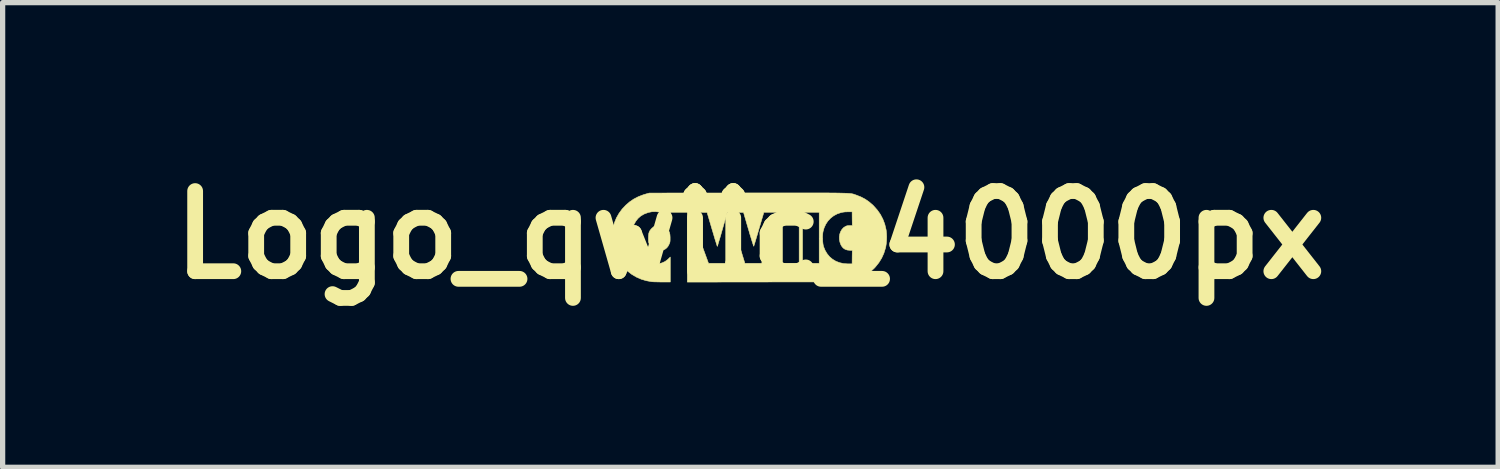
<source format=kicad_pcb>
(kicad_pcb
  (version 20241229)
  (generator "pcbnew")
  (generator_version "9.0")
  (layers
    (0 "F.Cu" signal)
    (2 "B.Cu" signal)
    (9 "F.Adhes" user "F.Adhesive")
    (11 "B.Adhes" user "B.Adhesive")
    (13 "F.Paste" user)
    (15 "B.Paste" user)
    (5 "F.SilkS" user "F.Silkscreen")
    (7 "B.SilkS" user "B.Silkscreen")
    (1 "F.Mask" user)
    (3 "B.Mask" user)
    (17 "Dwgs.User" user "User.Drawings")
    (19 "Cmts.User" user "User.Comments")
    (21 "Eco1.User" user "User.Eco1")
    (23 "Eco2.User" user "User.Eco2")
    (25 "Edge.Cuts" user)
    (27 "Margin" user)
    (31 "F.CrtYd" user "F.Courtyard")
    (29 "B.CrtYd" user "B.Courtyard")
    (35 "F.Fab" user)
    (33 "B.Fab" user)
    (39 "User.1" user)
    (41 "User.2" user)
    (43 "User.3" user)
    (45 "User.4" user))
  (footprint "Logo_qwiic_4000px"
    (layer "F.Cu")
    (at 11.22 1.418)
    (property "Reference" "Logo_qwiic_4000px" (at 0 0 0) (layer "F.SilkS") (effects (font (size 1.524 1.524) (thickness 0.3))))
    (attr through_hole)
    (fp_poly (pts (xy -1.686 -0.18) (xy -1.647 -0.168) (xy -1.613 -0.145) (xy -1.593 -0.127) (xy -1.568 -0.099) (xy -1.55 -0.071) (xy -1.537 -0.04) (xy -1.53 -0.004) (xy -1.527 0.041) (xy -1.527 0.06) (xy -1.527 0.094) (xy -1.528 0.118) (xy -1.531 0.136) (xy -1.535 0.151) (xy -1.542 0.167) (xy -1.545 0.174) (xy -1.566 0.214) (xy -1.59 0.244) (xy -1.618 0.267) (xy -1.64 0.279) (xy -1.685 0.296) (xy -1.731 0.302) (xy -1.775 0.299) (xy -1.785 0.296) (xy -1.829 0.28) (xy -1.865 0.256) (xy -1.895 0.222) (xy -1.92 0.179) (xy -1.923 0.173) (xy -1.93 0.156) (xy -1.935 0.141) (xy -1.938 0.124) (xy -1.939 0.102) (xy -1.94 0.072) (xy -1.94 0.06) (xy -1.938 0.012) (xy -1.933 -0.028) (xy -1.923 -0.06) (xy -1.907 -0.089) (xy -1.884 -0.116) (xy -1.874 -0.127) (xy -1.839 -0.156) (xy -1.802 -0.174) (xy -1.759 -0.183) (xy -1.731 -0.184) (xy -1.686 -0.18)) (stroke (width 0.01) (type solid)) (fill yes) (layer "F.SilkS"))
    (fp_poly (pts (xy 1.122 -0.799) (xy 1.222 -0.799) (xy 1.313 -0.799) (xy 1.396 -0.799) (xy 1.471 -0.799) (xy 1.539 -0.798) (xy 1.599 -0.798) (xy 1.654 -0.797) (xy 1.702 -0.796) (xy 1.744 -0.795) (xy 1.781 -0.794) (xy 1.814 -0.793) (xy 1.842 -0.792) (xy 1.866 -0.79) (xy 1.887 -0.789) (xy 1.905 -0.787) (xy 1.921 -0.785) (xy 1.934 -0.783) (xy 1.946 -0.78) (xy 1.956 -0.778) (xy 1.965 -0.775) (xy 1.975 -0.772) (xy 1.984 -0.768) (xy 1.994 -0.765) (xy 2.005 -0.761) (xy 2.011 -0.759) (xy 2.102 -0.723) (xy 2.184 -0.68) (xy 2.261 -0.626) (xy 2.334 -0.562) (xy 2.343 -0.553) (xy 2.413 -0.474) (xy 2.472 -0.39) (xy 2.519 -0.3) (xy 2.555 -0.205) (xy 2.579 -0.105) (xy 2.582 -0.089) (xy 2.588 -0.03) (xy 2.591 0.035) (xy 2.589 0.102) (xy 2.583 0.168) (xy 2.574 0.227) (xy 2.569 0.247) (xy 2.538 0.347) (xy 2.496 0.44) (xy 2.442 0.527) (xy 2.378 0.607) (xy 2.356 0.631) (xy 2.282 0.7) (xy 2.204 0.758) (xy 2.119 0.806) (xy 2.028 0.844) (xy 1.928 0.874) (xy 1.913 0.878) (xy 1.851 0.892) (xy 0.325 0.894) (xy -1.2 0.896) (xy -1.2 -0.426) (xy -1.148 -0.426) (xy -1.146 -0.42) (xy -1.139 -0.402) (xy -1.129 -0.374) (xy -1.116 -0.337) (xy -1.099 -0.291) (xy -1.08 -0.239) (xy -1.058 -0.179) (xy -1.035 -0.114) (xy -1.009 -0.045) (xy -0.983 0.029) (xy -0.972 0.06) (xy -0.797 0.539) (xy -0.478 0.54) (xy -0.387 0.246) (xy -0.369 0.187) (xy -0.352 0.133) (xy -0.336 0.083) (xy -0.322 0.039) (xy -0.311 0.002) (xy -0.302 -0.026) (xy -0.295 -0.045) (xy -0.292 -0.052) (xy -0.292 -0.052) (xy -0.29 -0.047) (xy -0.284 -0.031) (xy -0.275 -0.006) (xy -0.264 0.029) (xy -0.25 0.071) (xy -0.235 0.12) (xy -0.218 0.174) (xy -0.2 0.232) (xy -0.197 0.241) (xy -0.105 0.54) (xy 0.213 0.54) (xy 0.389 0.059) (xy 0.416 -0.016) (xy 0.442 -0.087) (xy 0.467 -0.154) (xy 0.489 -0.216) (xy 0.509 -0.272) (xy 0.527 -0.32) (xy 0.542 -0.361) (xy 0.553 -0.392) (xy 0.561 -0.414) (xy 0.565 -0.426) (xy 0.565 -0.427) (xy 0.559 -0.428) (xy 0.542 -0.43) (xy 0.516 -0.431) (xy 0.482 -0.431) (xy 0.442 -0.432) (xy 0.411 -0.432) (xy 0.61 -0.432) (xy 0.61 0.54) (xy 0.927 0.54) (xy 0.927 -0.432) (xy 0.991 -0.432) (xy 0.991 0.54) (xy 1.308 0.54) (xy 1.308 0.025) (xy 1.372 0.025) (xy 1.372 0.075) (xy 1.375 0.124) (xy 1.38 0.17) (xy 1.387 0.208) (xy 1.39 0.219) (xy 1.42 0.293) (xy 1.459 0.358) (xy 1.506 0.415) (xy 1.562 0.462) (xy 1.625 0.5) (xy 1.695 0.527) (xy 1.771 0.544) (xy 1.854 0.55) (xy 1.87 0.55) (xy 1.934 0.549) (xy 1.935 0.421) (xy 1.937 0.292) (xy 1.894 0.292) (xy 1.843 0.287) (xy 1.799 0.272) (xy 1.763 0.247) (xy 1.734 0.211) (xy 1.721 0.188) (xy 1.702 0.137) (xy 1.692 0.085) (xy 1.691 0.033) (xy 1.699 -0.017) (xy 1.716 -0.064) (xy 1.74 -0.105) (xy 1.771 -0.139) (xy 1.805 -0.161) (xy 1.826 -0.171) (xy 1.846 -0.176) (xy 1.872 -0.178) (xy 1.887 -0.178) (xy 1.937 -0.178) (xy 1.935 -0.31) (xy 1.934 -0.441) (xy 1.854 -0.44) (xy 1.805 -0.439) (xy 1.764 -0.434) (xy 1.728 -0.427) (xy 1.724 -0.426) (xy 1.65 -0.401) (xy 1.583 -0.365) (xy 1.525 -0.32) (xy 1.474 -0.266) (xy 1.433 -0.204) (xy 1.401 -0.134) (xy 1.38 -0.059) (xy 1.375 -0.021) (xy 1.372 0.025) (xy 1.308 0.025) (xy 1.308 -0.432) (xy 0.991 -0.432) (xy 0.927 -0.432) (xy 0.61 -0.432) (xy 0.411 -0.432) (xy 0.256 -0.432) (xy 0.162 -0.113) (xy 0.144 -0.051) (xy 0.127 0.007) (xy 0.111 0.06) (xy 0.097 0.107) (xy 0.085 0.147) (xy 0.075 0.179) (xy 0.068 0.201) (xy 0.065 0.213) (xy 0.064 0.215) (xy 0.061 0.21) (xy 0.056 0.195) (xy 0.047 0.169) (xy 0.036 0.135) (xy 0.023 0.093) (xy 0.008 0.043) (xy -0.009 -0.011) (xy -0.026 -0.071) (xy -0.036 -0.103) (xy -0.131 -0.429) (xy -0.44 -0.429) (xy -0.533 -0.107) (xy -0.551 -0.045) (xy -0.567 0.013) (xy -0.583 0.066) (xy -0.597 0.112) (xy -0.609 0.152) (xy -0.618 0.184) (xy -0.625 0.206) (xy -0.629 0.217) (xy -0.629 0.218) (xy -0.631 0.213) (xy -0.637 0.197) (xy -0.645 0.17) (xy -0.656 0.135) (xy -0.67 0.092) (xy -0.685 0.042) (xy -0.701 -0.013) (xy -0.719 -0.073) (xy -0.728 -0.103) (xy -0.824 -0.429) (xy -0.987 -0.43) (xy -1.035 -0.431) (xy -1.076 -0.43) (xy -1.109 -0.43) (xy -1.133 -0.429) (xy -1.146 -0.427) (xy -1.148 -0.426) (xy -1.2 -0.426) (xy -1.2 -0.432) (xy -1.524 -0.432) (xy -1.524 -0.31) (xy -1.565 -0.348) (xy -1.617 -0.388) (xy -1.675 -0.417) (xy -1.737 -0.436) (xy -1.803 -0.444) (xy -1.871 -0.442) (xy -1.941 -0.428) (xy -2.009 -0.403) (xy -2.025 -0.396) (xy -2.086 -0.36) (xy -2.138 -0.314) (xy -2.181 -0.259) (xy -2.216 -0.196) (xy -2.242 -0.125) (xy -2.259 -0.046) (xy -2.264 0.008) (xy -2.265 0.072) (xy -2.26 0.137) (xy -2.25 0.199) (xy -2.24 0.235) (xy -2.214 0.302) (xy -2.179 0.364) (xy -2.136 0.419) (xy -2.086 0.465) (xy -2.031 0.501) (xy -2.019 0.507) (xy -1.955 0.532) (xy -1.891 0.547) (xy -1.822 0.552) (xy -1.815 0.552) (xy -1.744 0.547) (xy -1.68 0.531) (xy -1.622 0.504) (xy -1.571 0.466) (xy -1.562 0.457) (xy -1.524 0.42) (xy -1.524 0.895) (xy -1.678 0.895) (xy -1.724 0.894) (xy -1.769 0.893) (xy -1.81 0.892) (xy -1.845 0.891) (xy -1.871 0.889) (xy -1.881 0.888) (xy -1.98 0.87) (xy -2.077 0.841) (xy -2.17 0.8) (xy -2.258 0.748) (xy -2.339 0.686) (xy -2.384 0.644) (xy -2.451 0.568) (xy -2.509 0.485) (xy -2.556 0.396) (xy -2.592 0.303) (xy -2.617 0.207) (xy -2.63 0.108) (xy -2.632 0.009) (xy -2.629 -0.027) (xy -2.613 -0.133) (xy -2.586 -0.232) (xy -2.548 -0.325) (xy -2.498 -0.412) (xy -2.438 -0.494) (xy -2.37 -0.566) (xy -2.297 -0.629) (xy -2.218 -0.683) (xy -2.133 -0.727) (xy -2.04 -0.763) (xy -1.984 -0.78) (xy -1.921 -0.797) (xy -0.045 -0.799) (xy 0.141 -0.799) (xy 0.314 -0.799) (xy 0.476 -0.799) (xy 0.626 -0.799) (xy 0.765 -0.799) (xy 0.894 -0.799) (xy 1.013 -0.799) (xy 1.122 -0.799)) (stroke (width 0.01) (type solid)) (fill yes) (layer "F.SilkS")))
  (gr_rect
    (start -3 -3)
    (end 25.439 5.836)
    (stroke (width 0.1) (type default))
    (fill no)
    (layer "Edge.Cuts")))
</source>
